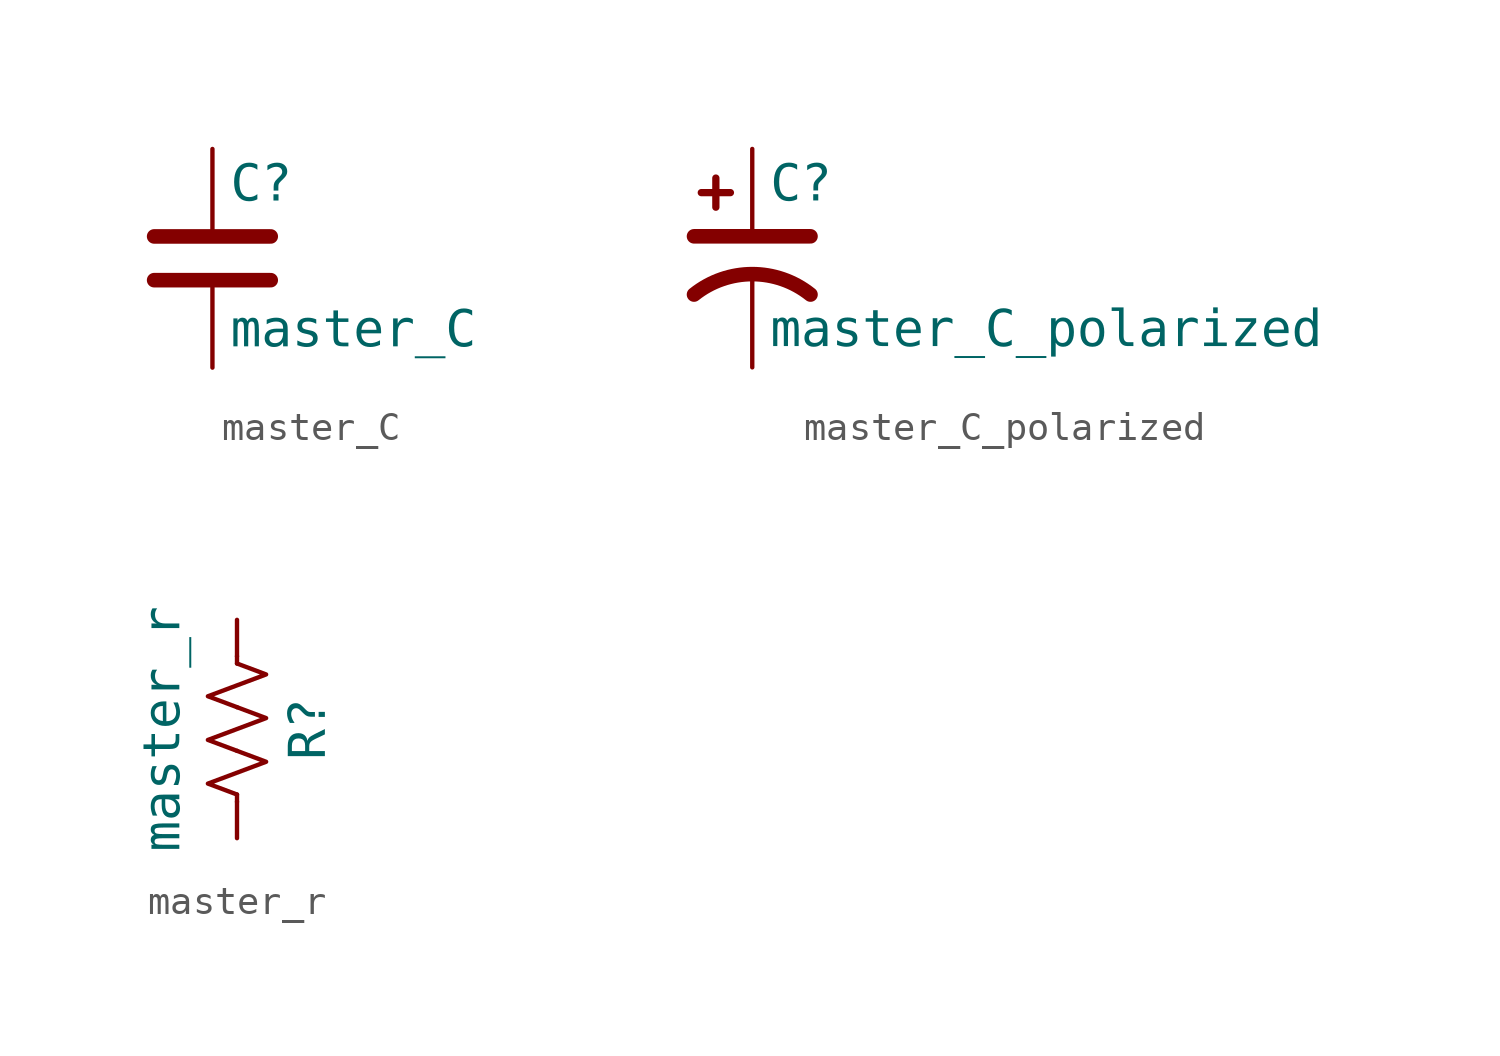
<source format=kicad_sym>
(kicad_symbol_lib
  (version 20241209)
  (generator "kicad_symbol_editor")
  (generator_version "9.0")
  (symbol "master_C"
    (pin_numbers
      (hide yes))
    (pin_names
      (offset 0.254))
    (property "Reference" "C"
      (at 0.635 2.54 0)
      (effects (font (face "Consolas") (size 1.27 1.27) (thickness 0.254)) (justify left)))
    (property "Value" "master_C"
      (at 0.635 -2.54 0)
      (effects (font (face "Consolas") (size 1.27 1.27) (thickness 0.254)) (justify left)))
    (symbol "master_C_0_1"
      (polyline (pts (xy -2.032 0.762) (xy 2.032 0.762)) (stroke (width 0.508) (type default)) (fill (type none)))
      (polyline (pts (xy -2.032 -0.762) (xy 2.032 -0.762)) (stroke (width 0.508) (type default)) (fill (type none))))
    (symbol "master_C_1_1"
      (pin passive line (at 0 3.81 270) (length 2.794) (name "~" (effects (font (size 1.27 1.27)))) (number "1" (effects (font (size 1.27 1.27)))))
      (pin passive line (at 0 -3.81 90) (length 2.794) (name "~" (effects (font (size 1.27 1.27)))) (number "2" (effects (font (size 1.27 1.27)))))))
  (symbol "master_C_polarized"
    (pin_numbers
      (hide yes))
    (pin_names
      (offset 0.254)
      (hide yes))
    (property "Reference" "C"
      (at 0.635 2.54 0)
      (effects (font (face "Consolas") (size 1.27 1.27)) (justify left)))
    (property "Value" "master_C_polarized"
      (at 0.635 -2.54 0)
      (effects (font (face "Consolas") (size 1.27 1.27)) (justify left)))
    (symbol "master_C_polarized_0_1"
      (polyline (pts (xy -2.032 0.762) (xy 2.032 0.762)) (stroke (width 0.508) (type default)) (fill (type none)))
      (polyline (pts (xy -1.778 2.286) (xy -0.762 2.286)) (stroke (width 0.254) (type default)) (fill (type none)))
      (polyline (pts (xy -1.27 1.778) (xy -1.27 2.794)) (stroke (width 0.254) (type default)) (fill (type none)))
      (arc (start -2.032 -1.27) (mid 0 -0.5572) (end 2.032 -1.27) (stroke (width 0.508) (type default)) (fill (type none))))
    (symbol "master_C_polarized_1_1"
      (pin passive line (at 0 3.81 270) (length 2.794) (name "~" (effects (font (size 1.27 1.27)))) (number "1" (effects (font (size 1.27 1.27)))))
      (pin passive line (at 0 -3.81 90) (length 3.302) (name "~" (effects (font (size 1.27 1.27)))) (number "2" (effects (font (size 1.27 1.27)))))))
  (symbol "master_r"
    (pin_numbers
      (hide yes))
    (pin_names
      (offset 0))
    (property "Reference" "R"
      (at 2.54 0 90)
      (effects (font (face "Consolas") (size 1.27 1.27))))
    (property "Value" "master_r"
      (at -2.54 0 90)
      (effects (font (face "Consolas") (size 1.27 1.27))))
    (symbol "master_r_0_1"
      (polyline (pts (xy 0 2.286) (xy 0 2.54)) (stroke (width 0) (type default)) (fill (type none)))
      (polyline (pts (xy 0 2.286) (xy 1.016 1.905) (xy 0 1.524) (xy -1.016 1.143) (xy 0 0.762)) (stroke (width 0) (type default)) (fill (type none)))
      (polyline (pts (xy 0 0.762) (xy 1.016 0.381) (xy 0 0) (xy -1.016 -0.381) (xy 0 -0.762)) (stroke (width 0) (type default)) (fill (type none)))
      (polyline (pts (xy 0 -0.762) (xy 1.016 -1.143) (xy 0 -1.524) (xy -1.016 -1.905) (xy 0 -2.286)) (stroke (width 0) (type default)) (fill (type none)))
      (polyline (pts (xy 0 -2.286) (xy 0 -2.54)) (stroke (width 0) (type default)) (fill (type none))))
    (symbol "master_r_1_1"
      (pin passive line (at 0 3.81 270) (length 1.27) (name "~" (effects (font (size 1.27 1.27)))) (number "1" (effects (font (size 1.27 1.27)))))
      (pin passive line (at 0 -3.81 90) (length 1.27) (name "~" (effects (font (size 1.27 1.27)))) (number "2" (effects (font (size 1.27 1.27))))))))
</source>
